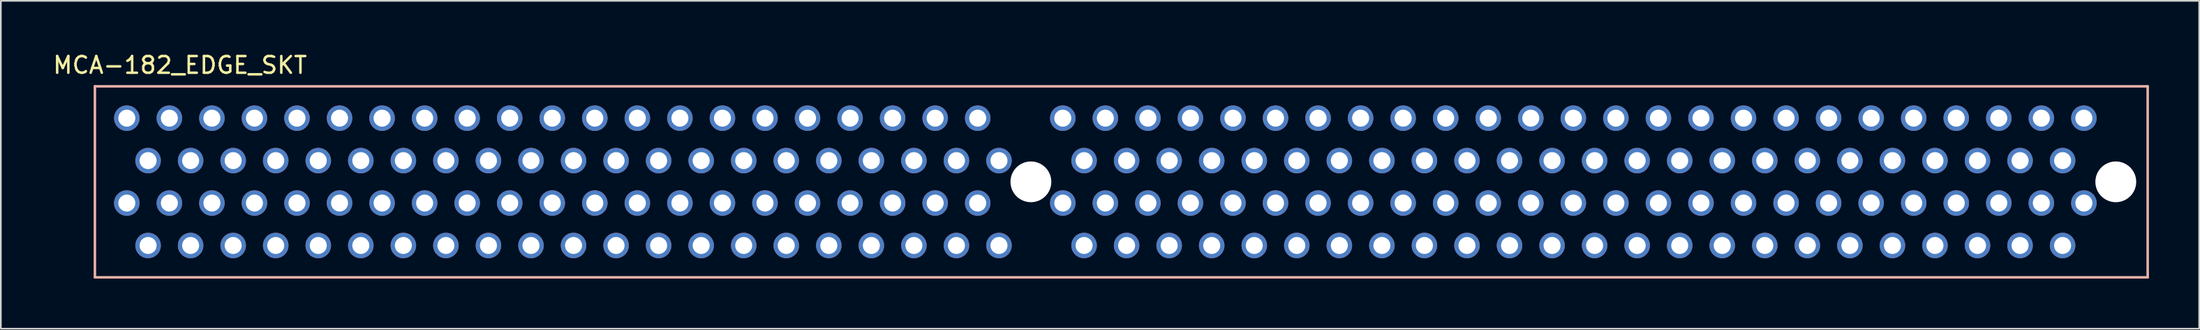
<source format=kicad_pcb>
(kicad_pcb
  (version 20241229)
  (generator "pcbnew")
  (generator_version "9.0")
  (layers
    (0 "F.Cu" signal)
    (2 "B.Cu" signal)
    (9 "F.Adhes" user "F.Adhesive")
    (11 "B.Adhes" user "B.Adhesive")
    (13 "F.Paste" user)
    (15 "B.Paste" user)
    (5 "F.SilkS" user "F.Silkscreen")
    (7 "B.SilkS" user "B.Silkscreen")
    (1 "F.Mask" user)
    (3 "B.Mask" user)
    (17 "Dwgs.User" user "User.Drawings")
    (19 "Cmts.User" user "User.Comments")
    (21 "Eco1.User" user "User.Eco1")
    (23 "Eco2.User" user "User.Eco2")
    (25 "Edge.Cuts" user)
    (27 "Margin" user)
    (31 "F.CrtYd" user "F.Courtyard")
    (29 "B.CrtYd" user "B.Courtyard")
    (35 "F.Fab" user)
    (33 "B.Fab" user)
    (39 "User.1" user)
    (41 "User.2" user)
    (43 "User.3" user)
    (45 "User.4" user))
  (footprint "MCA-182_EDGE_SKT"
    (layer "F.Cu")
    (at 4.521 9.103)
    (property "Reference" "MCA-182_EDGE_SKT" (at 3.175 -8.255 0) (layer "F.SilkS") (effects (font (size 1 1) (thickness 0.15))))
    (attr through_hole)
    (fp_line (start -1.905 -6.985) (end -1.905 4.445) (stroke (width 0.15) (type solid)) (layer "B.SilkS"))
    (fp_line (start -1.905 4.445) (end 120.65 4.445) (stroke (width 0.15) (type solid)) (layer "B.SilkS"))
    (fp_line (start 120.65 -6.985) (end -1.905 -6.985) (stroke (width 0.15) (type solid)) (layer "B.SilkS"))
    (fp_line (start 120.65 4.445) (end 120.65 -6.985) (stroke (width 0.15) (type solid)) (layer "B.SilkS"))
    (pad "" np_thru_hole circle (at 53.975 -1.27) (size 2.438 2.438) (drill 2.438) (layers "*.Cu" "*.Mask"))
    (pad "" np_thru_hole circle (at 118.745 -1.27) (size 2.438 2.438) (drill 2.438) (layers "*.Cu" "*.Mask"))
    (pad "1" thru_hole circle (at 0 0) (size 1.524 1.524) (drill 1.016) (layers "*.Cu" "*.Mask"))
    (pad "2" thru_hole circle (at 0 -5.08) (size 1.524 1.524) (drill 1.016) (layers "*.Cu" "*.Mask"))
    (pad "3" thru_hole circle (at 1.27 2.54) (size 1.524 1.524) (drill 1.016) (layers "*.Cu" "*.Mask"))
    (pad "4" thru_hole circle (at 1.27 -2.54) (size 1.524 1.524) (drill 1.016) (layers "*.Cu" "*.Mask"))
    (pad "5" thru_hole circle (at 2.54 0) (size 1.524 1.524) (drill 1.016) (layers "*.Cu" "*.Mask"))
    (pad "6" thru_hole circle (at 2.54 -5.08) (size 1.524 1.524) (drill 1.016) (layers "*.Cu" "*.Mask"))
    (pad "7" thru_hole circle (at 3.81 2.54) (size 1.524 1.524) (drill 1.016) (layers "*.Cu" "*.Mask"))
    (pad "8" thru_hole circle (at 3.81 -2.54) (size 1.524 1.524) (drill 1.016) (layers "*.Cu" "*.Mask"))
    (pad "9" thru_hole circle (at 5.08 0) (size 1.524 1.524) (drill 1.016) (layers "*.Cu" "*.Mask"))
    (pad "10" thru_hole circle (at 5.08 -5.08) (size 1.524 1.524) (drill 1.016) (layers "*.Cu" "*.Mask"))
    (pad "11" thru_hole circle (at 6.35 2.54) (size 1.524 1.524) (drill 1.016) (layers "*.Cu" "*.Mask"))
    (pad "12" thru_hole circle (at 6.35 -2.54) (size 1.524 1.524) (drill 1.016) (layers "*.Cu" "*.Mask"))
    (pad "13" thru_hole circle (at 7.62 0) (size 1.524 1.524) (drill 1.016) (layers "*.Cu" "*.Mask"))
    (pad "14" thru_hole circle (at 7.62 -5.08) (size 1.524 1.524) (drill 1.016) (layers "*.Cu" "*.Mask"))
    (pad "15" thru_hole circle (at 8.89 2.54) (size 1.524 1.524) (drill 1.016) (layers "*.Cu" "*.Mask"))
    (pad "16" thru_hole circle (at 8.89 -2.54) (size 1.524 1.524) (drill 1.016) (layers "*.Cu" "*.Mask"))
    (pad "17" thru_hole circle (at 10.16 0) (size 1.524 1.524) (drill 1.016) (layers "*.Cu" "*.Mask"))
    (pad "18" thru_hole circle (at 10.16 -5.08) (size 1.524 1.524) (drill 1.016) (layers "*.Cu" "*.Mask"))
    (pad "19" thru_hole circle (at 11.43 2.54) (size 1.524 1.524) (drill 1.016) (layers "*.Cu" "*.Mask"))
    (pad "20" thru_hole circle (at 11.43 -2.54) (size 1.524 1.524) (drill 1.016) (layers "*.Cu" "*.Mask"))
    (pad "21" thru_hole circle (at 12.7 0) (size 1.524 1.524) (drill 1.016) (layers "*.Cu" "*.Mask"))
    (pad "22" thru_hole circle (at 12.7 -5.08) (size 1.524 1.524) (drill 1.016) (layers "*.Cu" "*.Mask"))
    (pad "23" thru_hole circle (at 13.97 2.54) (size 1.524 1.524) (drill 1.016) (layers "*.Cu" "*.Mask"))
    (pad "24" thru_hole circle (at 13.97 -2.54) (size 1.524 1.524) (drill 1.016) (layers "*.Cu" "*.Mask"))
    (pad "25" thru_hole circle (at 15.24 0) (size 1.524 1.524) (drill 1.016) (layers "*.Cu" "*.Mask"))
    (pad "26" thru_hole circle (at 15.24 -5.08) (size 1.524 1.524) (drill 1.016) (layers "*.Cu" "*.Mask"))
    (pad "27" thru_hole circle (at 16.51 2.54) (size 1.524 1.524) (drill 1.016) (layers "*.Cu" "*.Mask"))
    (pad "28" thru_hole circle (at 16.51 -2.54) (size 1.524 1.524) (drill 1.016) (layers "*.Cu" "*.Mask"))
    (pad "29" thru_hole circle (at 17.78 0) (size 1.524 1.524) (drill 1.016) (layers "*.Cu" "*.Mask"))
    (pad "30" thru_hole circle (at 17.78 -5.08) (size 1.524 1.524) (drill 1.016) (layers "*.Cu" "*.Mask"))
    (pad "31" thru_hole circle (at 19.05 2.54) (size 1.524 1.524) (drill 1.016) (layers "*.Cu" "*.Mask"))
    (pad "32" thru_hole circle (at 19.05 -2.54) (size 1.524 1.524) (drill 1.016) (layers "*.Cu" "*.Mask"))
    (pad "33" thru_hole circle (at 20.32 0) (size 1.524 1.524) (drill 1.016) (layers "*.Cu" "*.Mask"))
    (pad "34" thru_hole circle (at 20.32 -5.08) (size 1.524 1.524) (drill 1.016) (layers "*.Cu" "*.Mask"))
    (pad "35" thru_hole circle (at 21.59 2.54) (size 1.524 1.524) (drill 1.016) (layers "*.Cu" "*.Mask"))
    (pad "36" thru_hole circle (at 21.59 -2.54) (size 1.524 1.524) (drill 1.016) (layers "*.Cu" "*.Mask"))
    (pad "37" thru_hole circle (at 22.86 0) (size 1.524 1.524) (drill 1.016) (layers "*.Cu" "*.Mask"))
    (pad "38" thru_hole circle (at 22.86 -5.08) (size 1.524 1.524) (drill 1.016) (layers "*.Cu" "*.Mask"))
    (pad "39" thru_hole circle (at 24.13 2.54) (size 1.524 1.524) (drill 1.016) (layers "*.Cu" "*.Mask"))
    (pad "40" thru_hole circle (at 24.13 -2.54) (size 1.524 1.524) (drill 1.016) (layers "*.Cu" "*.Mask"))
    (pad "41" thru_hole circle (at 25.4 0) (size 1.524 1.524) (drill 1.016) (layers "*.Cu" "*.Mask"))
    (pad "42" thru_hole circle (at 25.4 -5.08) (size 1.524 1.524) (drill 1.016) (layers "*.Cu" "*.Mask"))
    (pad "43" thru_hole circle (at 26.67 2.54) (size 1.524 1.524) (drill 1.016) (layers "*.Cu" "*.Mask"))
    (pad "44" thru_hole circle (at 26.67 -2.54) (size 1.524 1.524) (drill 1.016) (layers "*.Cu" "*.Mask"))
    (pad "45" thru_hole circle (at 27.94 0) (size 1.524 1.524) (drill 1.016) (layers "*.Cu" "*.Mask"))
    (pad "46" thru_hole circle (at 27.94 -5.08) (size 1.524 1.524) (drill 1.016) (layers "*.Cu" "*.Mask"))
    (pad "47" thru_hole circle (at 29.21 2.54) (size 1.524 1.524) (drill 1.016) (layers "*.Cu" "*.Mask"))
    (pad "48" thru_hole circle (at 29.21 -2.54) (size 1.524 1.524) (drill 1.016) (layers "*.Cu" "*.Mask"))
    (pad "49" thru_hole circle (at 30.48 0) (size 1.524 1.524) (drill 1.016) (layers "*.Cu" "*.Mask"))
    (pad "50" thru_hole circle (at 30.48 -5.08) (size 1.524 1.524) (drill 1.016) (layers "*.Cu" "*.Mask"))
    (pad "51" thru_hole circle (at 31.75 2.54) (size 1.524 1.524) (drill 1.016) (layers "*.Cu" "*.Mask"))
    (pad "52" thru_hole circle (at 31.75 -2.54) (size 1.524 1.524) (drill 1.016) (layers "*.Cu" "*.Mask"))
    (pad "53" thru_hole circle (at 33.02 0) (size 1.524 1.524) (drill 1.016) (layers "*.Cu" "*.Mask"))
    (pad "54" thru_hole circle (at 33.02 -5.08) (size 1.524 1.524) (drill 1.016) (layers "*.Cu" "*.Mask"))
    (pad "55" thru_hole circle (at 34.29 2.54) (size 1.524 1.524) (drill 1.016) (layers "*.Cu" "*.Mask"))
    (pad "56" thru_hole circle (at 34.29 -2.54) (size 1.524 1.524) (drill 1.016) (layers "*.Cu" "*.Mask"))
    (pad "57" thru_hole circle (at 35.56 0) (size 1.524 1.524) (drill 1.016) (layers "*.Cu" "*.Mask"))
    (pad "58" thru_hole circle (at 35.56 -5.08) (size 1.524 1.524) (drill 1.016) (layers "*.Cu" "*.Mask"))
    (pad "59" thru_hole circle (at 36.83 2.54) (size 1.524 1.524) (drill 1.016) (layers "*.Cu" "*.Mask"))
    (pad "60" thru_hole circle (at 36.83 -2.54) (size 1.524 1.524) (drill 1.016) (layers "*.Cu" "*.Mask"))
    (pad "61" thru_hole circle (at 38.1 0) (size 1.524 1.524) (drill 1.016) (layers "*.Cu" "*.Mask"))
    (pad "62" thru_hole circle (at 38.1 -5.08) (size 1.524 1.524) (drill 1.016) (layers "*.Cu" "*.Mask"))
    (pad "63" thru_hole circle (at 39.37 2.54) (size 1.524 1.524) (drill 1.016) (layers "*.Cu" "*.Mask"))
    (pad "64" thru_hole circle (at 39.37 -2.54) (size 1.524 1.524) (drill 1.016) (layers "*.Cu" "*.Mask"))
    (pad "65" thru_hole circle (at 40.64 0) (size 1.524 1.524) (drill 1.016) (layers "*.Cu" "*.Mask"))
    (pad "66" thru_hole circle (at 40.64 -5.08) (size 1.524 1.524) (drill 1.016) (layers "*.Cu" "*.Mask"))
    (pad "67" thru_hole circle (at 41.91 2.54) (size 1.524 1.524) (drill 1.016) (layers "*.Cu" "*.Mask"))
    (pad "68" thru_hole circle (at 41.91 -2.54) (size 1.524 1.524) (drill 1.016) (layers "*.Cu" "*.Mask"))
    (pad "69" thru_hole circle (at 43.18 0) (size 1.524 1.524) (drill 1.016) (layers "*.Cu" "*.Mask"))
    (pad "70" thru_hole circle (at 43.18 -5.08) (size 1.524 1.524) (drill 1.016) (layers "*.Cu" "*.Mask"))
    (pad "71" thru_hole circle (at 44.45 2.54) (size 1.524 1.524) (drill 1.016) (layers "*.Cu" "*.Mask"))
    (pad "72" thru_hole circle (at 44.45 -2.54) (size 1.524 1.524) (drill 1.016) (layers "*.Cu" "*.Mask"))
    (pad "73" thru_hole circle (at 45.72 0) (size 1.524 1.524) (drill 1.016) (layers "*.Cu" "*.Mask"))
    (pad "74" thru_hole circle (at 45.72 -5.08) (size 1.524 1.524) (drill 1.016) (layers "*.Cu" "*.Mask"))
    (pad "75" thru_hole circle (at 46.99 2.54) (size 1.524 1.524) (drill 1.016) (layers "*.Cu" "*.Mask"))
    (pad "76" thru_hole circle (at 46.99 -2.54) (size 1.524 1.524) (drill 1.016) (layers "*.Cu" "*.Mask"))
    (pad "77" thru_hole circle (at 48.26 0) (size 1.524 1.524) (drill 1.016) (layers "*.Cu" "*.Mask"))
    (pad "78" thru_hole circle (at 48.26 -5.08) (size 1.524 1.524) (drill 1.016) (layers "*.Cu" "*.Mask"))
    (pad "79" thru_hole circle (at 49.53 2.54) (size 1.524 1.524) (drill 1.016) (layers "*.Cu" "*.Mask"))
    (pad "80" thru_hole circle (at 49.53 -2.54) (size 1.524 1.524) (drill 1.016) (layers "*.Cu" "*.Mask"))
    (pad "81" thru_hole circle (at 50.8 0) (size 1.524 1.524) (drill 1.016) (layers "*.Cu" "*.Mask"))
    (pad "82" thru_hole circle (at 50.8 -5.08) (size 1.524 1.524) (drill 1.016) (layers "*.Cu" "*.Mask"))
    (pad "83" thru_hole circle (at 52.07 2.54) (size 1.524 1.524) (drill 1.016) (layers "*.Cu" "*.Mask"))
    (pad "84" thru_hole circle (at 52.07 -2.54) (size 1.524 1.524) (drill 1.016) (layers "*.Cu" "*.Mask"))
    (pad "85" thru_hole circle (at 55.88 0) (size 1.524 1.524) (drill 1.016) (layers "*.Cu" "*.Mask"))
    (pad "86" thru_hole circle (at 55.88 -5.08) (size 1.524 1.524) (drill 1.016) (layers "*.Cu" "*.Mask"))
    (pad "87" thru_hole circle (at 57.15 2.54) (size 1.524 1.524) (drill 1.016) (layers "*.Cu" "*.Mask"))
    (pad "88" thru_hole circle (at 57.15 -2.54) (size 1.524 1.524) (drill 1.016) (layers "*.Cu" "*.Mask"))
    (pad "89" thru_hole circle (at 58.42 0) (size 1.524 1.524) (drill 1.016) (layers "*.Cu" "*.Mask"))
    (pad "90" thru_hole circle (at 58.42 -5.08) (size 1.524 1.524) (drill 1.016) (layers "*.Cu" "*.Mask"))
    (pad "91" thru_hole circle (at 59.69 2.54) (size 1.524 1.524) (drill 1.016) (layers "*.Cu" "*.Mask"))
    (pad "92" thru_hole circle (at 59.69 -2.54) (size 1.524 1.524) (drill 1.016) (layers "*.Cu" "*.Mask"))
    (pad "93" thru_hole circle (at 60.96 0) (size 1.524 1.524) (drill 1.016) (layers "*.Cu" "*.Mask"))
    (pad "94" thru_hole circle (at 60.96 -5.08) (size 1.524 1.524) (drill 1.016) (layers "*.Cu" "*.Mask"))
    (pad "95" thru_hole circle (at 62.23 2.54) (size 1.524 1.524) (drill 1.016) (layers "*.Cu" "*.Mask"))
    (pad "96" thru_hole circle (at 62.23 -2.54) (size 1.524 1.524) (drill 1.016) (layers "*.Cu" "*.Mask"))
    (pad "97" thru_hole circle (at 63.5 0) (size 1.524 1.524) (drill 1.016) (layers "*.Cu" "*.Mask"))
    (pad "98" thru_hole circle (at 63.5 -5.08) (size 1.524 1.524) (drill 1.016) (layers "*.Cu" "*.Mask"))
    (pad "99" thru_hole circle (at 64.77 2.54) (size 1.524 1.524) (drill 1.016) (layers "*.Cu" "*.Mask"))
    (pad "100" thru_hole circle (at 64.77 -2.54) (size 1.524 1.524) (drill 1.016) (layers "*.Cu" "*.Mask"))
    (pad "101" thru_hole circle (at 66.04 0) (size 1.524 1.524) (drill 1.016) (layers "*.Cu" "*.Mask"))
    (pad "102" thru_hole circle (at 66.04 -5.08) (size 1.524 1.524) (drill 1.016) (layers "*.Cu" "*.Mask"))
    (pad "103" thru_hole circle (at 67.31 2.54) (size 1.524 1.524) (drill 1.016) (layers "*.Cu" "*.Mask"))
    (pad "104" thru_hole circle (at 67.31 -2.54) (size 1.524 1.524) (drill 1.016) (layers "*.Cu" "*.Mask"))
    (pad "105" thru_hole circle (at 68.58 0) (size 1.524 1.524) (drill 1.016) (layers "*.Cu" "*.Mask"))
    (pad "106" thru_hole circle (at 68.58 -5.08) (size 1.524 1.524) (drill 1.016) (layers "*.Cu" "*.Mask"))
    (pad "107" thru_hole circle (at 69.85 2.54) (size 1.524 1.524) (drill 1.016) (layers "*.Cu" "*.Mask"))
    (pad "108" thru_hole circle (at 69.85 -2.54) (size 1.524 1.524) (drill 1.016) (layers "*.Cu" "*.Mask"))
    (pad "109" thru_hole circle (at 71.12 0) (size 1.524 1.524) (drill 1.016) (layers "*.Cu" "*.Mask"))
    (pad "110" thru_hole circle (at 71.12 -5.08) (size 1.524 1.524) (drill 1.016) (layers "*.Cu" "*.Mask"))
    (pad "111" thru_hole circle (at 72.39 2.54) (size 1.524 1.524) (drill 1.016) (layers "*.Cu" "*.Mask"))
    (pad "112" thru_hole circle (at 72.39 -2.54) (size 1.524 1.524) (drill 1.016) (layers "*.Cu" "*.Mask"))
    (pad "113" thru_hole circle (at 73.66 0) (size 1.524 1.524) (drill 1.016) (layers "*.Cu" "*.Mask"))
    (pad "114" thru_hole circle (at 73.66 -5.08) (size 1.524 1.524) (drill 1.016) (layers "*.Cu" "*.Mask"))
    (pad "115" thru_hole circle (at 74.93 2.54) (size 1.524 1.524) (drill 1.016) (layers "*.Cu" "*.Mask"))
    (pad "116" thru_hole circle (at 74.93 -2.54) (size 1.524 1.524) (drill 1.016) (layers "*.Cu" "*.Mask"))
    (pad "117" thru_hole circle (at 76.2 0) (size 1.524 1.524) (drill 1.016) (layers "*.Cu" "*.Mask"))
    (pad "118" thru_hole circle (at 76.2 -5.08) (size 1.524 1.524) (drill 1.016) (layers "*.Cu" "*.Mask"))
    (pad "119" thru_hole circle (at 77.47 2.54) (size 1.524 1.524) (drill 1.016) (layers "*.Cu" "*.Mask"))
    (pad "120" thru_hole circle (at 77.47 -2.54) (size 1.524 1.524) (drill 1.016) (layers "*.Cu" "*.Mask"))
    (pad "121" thru_hole circle (at 78.74 0) (size 1.524 1.524) (drill 1.016) (layers "*.Cu" "*.Mask"))
    (pad "122" thru_hole circle (at 78.74 -5.08) (size 1.524 1.524) (drill 1.016) (layers "*.Cu" "*.Mask"))
    (pad "123" thru_hole circle (at 80.01 2.54) (size 1.524 1.524) (drill 1.016) (layers "*.Cu" "*.Mask"))
    (pad "124" thru_hole circle (at 80.01 -2.54) (size 1.524 1.524) (drill 1.016) (layers "*.Cu" "*.Mask"))
    (pad "125" thru_hole circle (at 81.28 0) (size 1.524 1.524) (drill 1.016) (layers "*.Cu" "*.Mask"))
    (pad "126" thru_hole circle (at 81.28 -5.08) (size 1.524 1.524) (drill 1.016) (layers "*.Cu" "*.Mask"))
    (pad "127" thru_hole circle (at 82.55 2.54) (size 1.524 1.524) (drill 1.016) (layers "*.Cu" "*.Mask"))
    (pad "128" thru_hole circle (at 82.55 -2.54) (size 1.524 1.524) (drill 1.016) (layers "*.Cu" "*.Mask"))
    (pad "129" thru_hole circle (at 83.82 0) (size 1.524 1.524) (drill 1.016) (layers "*.Cu" "*.Mask"))
    (pad "130" thru_hole circle (at 83.82 -5.08) (size 1.524 1.524) (drill 1.016) (layers "*.Cu" "*.Mask"))
    (pad "131" thru_hole circle (at 85.09 2.54) (size 1.524 1.524) (drill 1.016) (layers "*.Cu" "*.Mask"))
    (pad "132" thru_hole circle (at 85.09 -2.54) (size 1.524 1.524) (drill 1.016) (layers "*.Cu" "*.Mask"))
    (pad "133" thru_hole circle (at 86.36 0) (size 1.524 1.524) (drill 1.016) (layers "*.Cu" "*.Mask"))
    (pad "134" thru_hole circle (at 86.36 -5.08) (size 1.524 1.524) (drill 1.016) (layers "*.Cu" "*.Mask"))
    (pad "135" thru_hole circle (at 87.63 2.54) (size 1.524 1.524) (drill 1.016) (layers "*.Cu" "*.Mask"))
    (pad "136" thru_hole circle (at 87.63 -2.54) (size 1.524 1.524) (drill 1.016) (layers "*.Cu" "*.Mask"))
    (pad "137" thru_hole circle (at 88.9 0) (size 1.524 1.524) (drill 1.016) (layers "*.Cu" "*.Mask"))
    (pad "138" thru_hole circle (at 88.9 -5.08) (size 1.524 1.524) (drill 1.016) (layers "*.Cu" "*.Mask"))
    (pad "139" thru_hole circle (at 90.17 2.54) (size 1.524 1.524) (drill 1.016) (layers "*.Cu" "*.Mask"))
    (pad "140" thru_hole circle (at 90.17 -2.54) (size 1.524 1.524) (drill 1.016) (layers "*.Cu" "*.Mask"))
    (pad "141" thru_hole circle (at 91.44 0) (size 1.524 1.524) (drill 1.016) (layers "*.Cu" "*.Mask"))
    (pad "142" thru_hole circle (at 91.44 -5.08) (size 1.524 1.524) (drill 1.016) (layers "*.Cu" "*.Mask"))
    (pad "143" thru_hole circle (at 92.71 2.54) (size 1.524 1.524) (drill 1.016) (layers "*.Cu" "*.Mask"))
    (pad "144" thru_hole circle (at 92.71 -2.54) (size 1.524 1.524) (drill 1.016) (layers "*.Cu" "*.Mask"))
    (pad "145" thru_hole circle (at 93.98 0) (size 1.524 1.524) (drill 1.016) (layers "*.Cu" "*.Mask"))
    (pad "146" thru_hole circle (at 93.98 -5.08) (size 1.524 1.524) (drill 1.016) (layers "*.Cu" "*.Mask"))
    (pad "147" thru_hole circle (at 95.25 2.54) (size 1.524 1.524) (drill 1.016) (layers "*.Cu" "*.Mask"))
    (pad "148" thru_hole circle (at 95.25 -2.54) (size 1.524 1.524) (drill 1.016) (layers "*.Cu" "*.Mask"))
    (pad "149" thru_hole circle (at 96.52 0) (size 1.524 1.524) (drill 1.016) (layers "*.Cu" "*.Mask"))
    (pad "150" thru_hole circle (at 96.52 -5.08) (size 1.524 1.524) (drill 1.016) (layers "*.Cu" "*.Mask"))
    (pad "151" thru_hole circle (at 97.79 2.54) (size 1.524 1.524) (drill 1.016) (layers "*.Cu" "*.Mask"))
    (pad "152" thru_hole circle (at 97.79 -2.54) (size 1.524 1.524) (drill 1.016) (layers "*.Cu" "*.Mask"))
    (pad "153" thru_hole circle (at 99.06 0) (size 1.524 1.524) (drill 1.016) (layers "*.Cu" "*.Mask"))
    (pad "154" thru_hole circle (at 99.06 -5.08) (size 1.524 1.524) (drill 1.016) (layers "*.Cu" "*.Mask"))
    (pad "155" thru_hole circle (at 100.33 2.54) (size 1.524 1.524) (drill 1.016) (layers "*.Cu" "*.Mask"))
    (pad "156" thru_hole circle (at 100.33 -2.54) (size 1.524 1.524) (drill 1.016) (layers "*.Cu" "*.Mask"))
    (pad "157" thru_hole circle (at 101.6 0) (size 1.524 1.524) (drill 1.016) (layers "*.Cu" "*.Mask"))
    (pad "158" thru_hole circle (at 101.6 -5.08) (size 1.524 1.524) (drill 1.016) (layers "*.Cu" "*.Mask"))
    (pad "159" thru_hole circle (at 102.87 2.54) (size 1.524 1.524) (drill 1.016) (layers "*.Cu" "*.Mask"))
    (pad "160" thru_hole circle (at 102.87 -2.54) (size 1.524 1.524) (drill 1.016) (layers "*.Cu" "*.Mask"))
    (pad "161" thru_hole circle (at 104.14 0) (size 1.524 1.524) (drill 1.016) (layers "*.Cu" "*.Mask"))
    (pad "162" thru_hole circle (at 104.14 -5.08) (size 1.524 1.524) (drill 1.016) (layers "*.Cu" "*.Mask"))
    (pad "163" thru_hole circle (at 105.41 2.54) (size 1.524 1.524) (drill 1.016) (layers "*.Cu" "*.Mask"))
    (pad "164" thru_hole circle (at 105.41 -2.54) (size 1.524 1.524) (drill 1.016) (layers "*.Cu" "*.Mask"))
    (pad "165" thru_hole circle (at 106.68 0) (size 1.524 1.524) (drill 1.016) (layers "*.Cu" "*.Mask"))
    (pad "166" thru_hole circle (at 106.68 -5.08) (size 1.524 1.524) (drill 1.016) (layers "*.Cu" "*.Mask"))
    (pad "167" thru_hole circle (at 107.95 2.54) (size 1.524 1.524) (drill 1.016) (layers "*.Cu" "*.Mask"))
    (pad "168" thru_hole circle (at 107.95 -2.54) (size 1.524 1.524) (drill 1.016) (layers "*.Cu" "*.Mask"))
    (pad "169" thru_hole circle (at 109.22 0) (size 1.524 1.524) (drill 1.016) (layers "*.Cu" "*.Mask"))
    (pad "170" thru_hole circle (at 109.22 -5.08) (size 1.524 1.524) (drill 1.016) (layers "*.Cu" "*.Mask"))
    (pad "171" thru_hole circle (at 110.49 2.54) (size 1.524 1.524) (drill 1.016) (layers "*.Cu" "*.Mask"))
    (pad "172" thru_hole circle (at 110.49 -2.54) (size 1.524 1.524) (drill 1.016) (layers "*.Cu" "*.Mask"))
    (pad "173" thru_hole circle (at 111.76 0) (size 1.524 1.524) (drill 1.016) (layers "*.Cu" "*.Mask"))
    (pad "174" thru_hole circle (at 111.76 -5.08) (size 1.524 1.524) (drill 1.016) (layers "*.Cu" "*.Mask"))
    (pad "175" thru_hole circle (at 113.03 2.54) (size 1.524 1.524) (drill 1.016) (layers "*.Cu" "*.Mask"))
    (pad "176" thru_hole circle (at 113.03 -2.54) (size 1.524 1.524) (drill 1.016) (layers "*.Cu" "*.Mask"))
    (pad "177" thru_hole circle (at 114.3 0) (size 1.524 1.524) (drill 1.016) (layers "*.Cu" "*.Mask"))
    (pad "178" thru_hole circle (at 114.3 -5.08) (size 1.524 1.524) (drill 1.016) (layers "*.Cu" "*.Mask"))
    (pad "179" thru_hole circle (at 115.57 2.54) (size 1.524 1.524) (drill 1.016) (layers "*.Cu" "*.Mask"))
    (pad "180" thru_hole circle (at 115.57 -2.54) (size 1.524 1.524) (drill 1.016) (layers "*.Cu" "*.Mask"))
    (pad "181" thru_hole circle (at 116.84 0) (size 1.524 1.524) (drill 1.016) (layers "*.Cu" "*.Mask"))
    (pad "182" thru_hole circle (at 116.84 -5.08) (size 1.524 1.524) (drill 1.016) (layers "*.Cu" "*.Mask")))
  (gr_rect
    (start -3 -3)
    (end 128.246 16.623)
    (stroke (width 0.1) (type default))
    (fill no)
    (layer "Edge.Cuts")))
</source>
